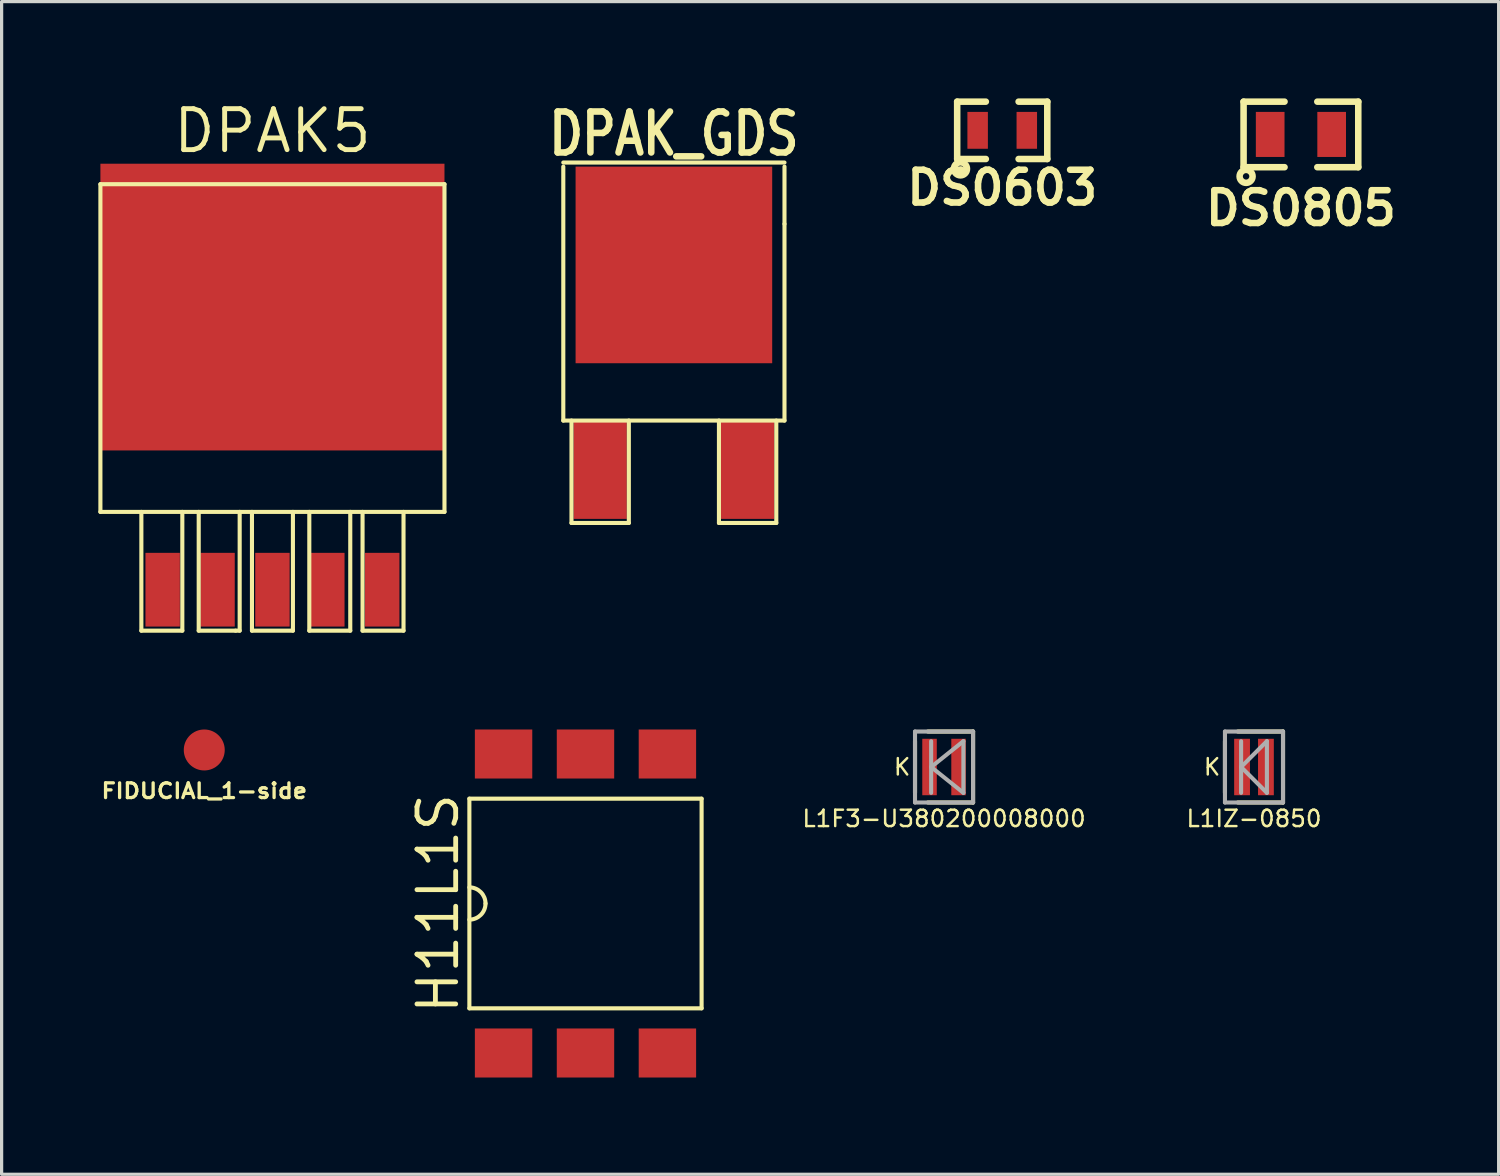
<source format=kicad_pcb>
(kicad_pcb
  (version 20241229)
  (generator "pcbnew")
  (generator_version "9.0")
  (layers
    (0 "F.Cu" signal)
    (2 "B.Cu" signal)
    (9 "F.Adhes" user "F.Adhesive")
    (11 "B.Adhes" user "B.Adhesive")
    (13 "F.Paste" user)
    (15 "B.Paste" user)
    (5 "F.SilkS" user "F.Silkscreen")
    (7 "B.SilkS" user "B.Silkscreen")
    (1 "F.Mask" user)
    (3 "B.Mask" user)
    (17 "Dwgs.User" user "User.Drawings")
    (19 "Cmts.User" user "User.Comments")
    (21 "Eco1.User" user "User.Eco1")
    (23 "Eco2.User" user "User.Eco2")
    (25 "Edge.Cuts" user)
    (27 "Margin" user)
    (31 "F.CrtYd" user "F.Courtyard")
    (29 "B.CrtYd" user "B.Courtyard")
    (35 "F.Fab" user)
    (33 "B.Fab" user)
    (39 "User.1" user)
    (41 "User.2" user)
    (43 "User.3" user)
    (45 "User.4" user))
  (footprint "H11L1S"
    (layer "F.Cu")
    (at 15.103 24.963)
    (property "Reference" "H11L1S" (at -4.572 0 270) (layer "F.SilkS") (effects (font (size 1.2 1.2) (thickness 0.15))))
    (attr through_hole)
    (fp_line (start -3.6 -3.25) (end -3.6 3.25) (stroke (width 0.127) (type solid)) (layer "F.SilkS"))
    (fp_line (start -3.6 -3.25) (end 3.6 -3.25) (stroke (width 0.127) (type solid)) (layer "F.SilkS"))
    (fp_line (start 3.6 -3.25) (end 3.6 3.25) (stroke (width 0.127) (type solid)) (layer "F.SilkS"))
    (fp_line (start 3.6 3.25) (end -3.6 3.25) (stroke (width 0.127) (type solid)) (layer "F.SilkS"))
    (fp_arc (start -3.6 -0.5) (mid -3.246447 -0.353553) (end -3.1 0) (stroke (width 0.127) (type solid)) (layer "F.SilkS"))
    (fp_arc (start -3.1 0) (mid -3.246447 0.353553) (end -3.6 0.5) (stroke (width 0.127) (type solid)) (layer "F.SilkS"))
    (pad "1" smd rect (at -2.54 4.635) (size 1.78 1.52) (layers "F.Cu" "F.Mask" "F.Paste"))
    (pad "2" smd rect (at 0 4.635) (size 1.78 1.52) (layers "F.Cu" "F.Mask" "F.Paste"))
    (pad "3" smd rect (at 2.54 4.635) (size 1.78 1.52) (layers "F.Cu" "F.Mask" "F.Paste"))
    (pad "4" smd rect (at 2.54 -4.635) (size 1.78 1.52) (layers "F.Cu" "F.Mask" "F.Paste"))
    (pad "5" smd rect (at 0 -4.635) (size 1.78 1.52) (layers "F.Cu" "F.Mask" "F.Paste"))
    (pad "6" smd rect (at -2.54 -4.635) (size 1.78 1.52) (layers "F.Cu" "F.Mask" "F.Paste")))
  (footprint "FIDUCIAL_1-side"
    (layer "F.Cu")
    (at 3.283 20.203)
    (property "Reference" "FIDUCIAL_1-side" (at 0 1.27 0) (layer "F.SilkS") (effects (font (size 0.457 0.508) (thickness 0.102))))
    (attr through_hole)
    (pad "1" smd circle (at 0 0 270) (size 1.27 1.27) (layers "F.Cu" "F.Mask")))
  (footprint "DS0805"
    (layer "F.Cu")
    (at 37.285 1.118)
    (property "Reference" "DS0805" (at 0 2.286 0) (layer "F.SilkS") (effects (font (size 1.016 1.016) (thickness 0.203))))
    (attr smd)
    (fp_line (start -1.778 -1.016) (end -1.778 1.016) (stroke (width 0.203) (type solid)) (layer "F.SilkS"))
    (fp_line (start -1.778 1.016) (end -0.508 1.016) (stroke (width 0.203) (type solid)) (layer "F.SilkS"))
    (fp_line (start -0.508 -1.016) (end -1.778 -1.016) (stroke (width 0.203) (type solid)) (layer "F.SilkS"))
    (fp_line (start 0.508 -1.016) (end 1.778 -1.016) (stroke (width 0.203) (type solid)) (layer "F.SilkS"))
    (fp_line (start 1.778 -1.016) (end 1.778 1.016) (stroke (width 0.203) (type solid)) (layer "F.SilkS"))
    (fp_line (start 1.778 1.016) (end 0.508 1.016) (stroke (width 0.203) (type solid)) (layer "F.SilkS"))
    (fp_circle (center -1.7 1.3) (end -1.6 1.3) (stroke (width 0.203) (type solid)) (fill no) (layer "F.SilkS"))
    (pad "A" smd rect (at 0.953 0) (size 0.889 1.397) (layers "F.Cu" "F.Mask" "F.Paste"))
    (pad "K" smd rect (at -0.953 0) (size 0.889 1.397) (layers "F.Cu" "F.Mask" "F.Paste")))
  (footprint "L1F3-U380200008000"
    (layer "F.Cu")
    (at 26.22 20.731)
    (property "Reference" "L1F3-U380200008000" (at 0 1.6 0) (layer "F.SilkS") (effects (font (size 0.508 0.508) (thickness 0.076))))
    (attr smd)
    (fp_line (start -0.9 -0.8) (end -0.9 0.8) (stroke (width 0.127) (type solid)) (layer "F.SilkS"))
    (fp_line (start -0.5 -1.1) (end 0.9 -1.1) (stroke (width 0.127) (type solid)) (layer "F.SilkS"))
    (fp_line (start -0.5 1.1) (end 0.9 1.1) (stroke (width 0.127) (type solid)) (layer "F.SilkS"))
    (fp_line (start 0.9 -1.1) (end 0.9 1.1) (stroke (width 0.127) (type solid)) (layer "F.SilkS"))
    (fp_line (start -0.9 -1.1) (end -0.9 1.1) (stroke (width 0.127) (type solid)) (layer "F.Fab"))
    (fp_line (start -0.9 -1.1) (end 0.9 -1.1) (stroke (width 0.127) (type solid)) (layer "F.Fab"))
    (fp_line (start -0.9 1.1) (end 0.9 1.1) (stroke (width 0.127) (type solid)) (layer "F.Fab"))
    (fp_line (start -0.4 -0.8) (end -0.4 0.8) (stroke (width 0.127) (type solid)) (layer "F.Fab"))
    (fp_line (start -0.4 0) (end 0.6 -0.8) (stroke (width 0.127) (type solid)) (layer "F.Fab"))
    (fp_line (start 0.6 -0.8) (end 0.6 0.8) (stroke (width 0.127) (type solid)) (layer "F.Fab"))
    (fp_line (start 0.6 0.8) (end -0.4 0) (stroke (width 0.127) (type solid)) (layer "F.Fab"))
    (fp_line (start 0.9 -1.1) (end 0.9 1.1) (stroke (width 0.127) (type solid)) (layer "F.Fab"))
    (fp_text user "K" (at -1.3 0 0) (layer "F.SilkS") (effects (font (size 0.508 0.508) (thickness 0.076))))
    (pad "A" smd rect (at 0.45 0) (size 0.45 1.75) (layers "F.Cu" "F.Mask" "F.Paste"))
    (pad "K" smd rect (at -0.45 0) (size 0.45 1.75) (layers "F.Cu" "F.Mask" "F.Paste")))
  (footprint "L1IZ-0850"
    (layer "F.Cu")
    (at 35.83 20.731)
    (property "Reference" "L1IZ-0850" (at 0 1.6 0) (layer "F.SilkS") (effects (font (size 0.508 0.508) (thickness 0.076))))
    (attr smd)
    (fp_line (start -0.9 -0.8) (end -0.9 0.8) (stroke (width 0.127) (type solid)) (layer "F.SilkS"))
    (fp_line (start -0.5 -1.1) (end 0.9 -1.1) (stroke (width 0.127) (type solid)) (layer "F.SilkS"))
    (fp_line (start -0.5 1.1) (end 0.9 1.1) (stroke (width 0.127) (type solid)) (layer "F.SilkS"))
    (fp_line (start 0.9 -1.1) (end 0.9 1.1) (stroke (width 0.127) (type solid)) (layer "F.SilkS"))
    (fp_line (start -0.9 -1.1) (end 0.9 -1.1) (stroke (width 0.127) (type solid)) (layer "F.Fab"))
    (fp_line (start -0.9 1.1) (end -0.9 -1.1) (stroke (width 0.127) (type solid)) (layer "F.Fab"))
    (fp_line (start -0.9 1.1) (end 0.9 1.1) (stroke (width 0.127) (type solid)) (layer "F.Fab"))
    (fp_line (start -0.4 -0.8) (end -0.4 0.8) (stroke (width 0.127) (type solid)) (layer "F.Fab"))
    (fp_line (start -0.4 0) (end 0.4 -0.8) (stroke (width 0.127) (type solid)) (layer "F.Fab"))
    (fp_line (start 0.4 -0.8) (end 0.4 0.8) (stroke (width 0.127) (type solid)) (layer "F.Fab"))
    (fp_line (start 0.4 0.8) (end -0.4 0) (stroke (width 0.127) (type solid)) (layer "F.Fab"))
    (fp_line (start 0.9 -1.1) (end 0.9 1.1) (stroke (width 0.127) (type solid)) (layer "F.Fab"))
    (fp_text user "K" (at -1.3 0 0) (layer "F.SilkS") (effects (font (size 0.508 0.508) (thickness 0.076))))
    (pad "A" smd rect (at 0.37 0) (size 0.49 1.75) (layers "F.Cu" "F.Mask" "F.Paste"))
    (pad "K" smd rect (at -0.37 0) (size 0.49 1.75) (layers "F.Cu" "F.Mask" "F.Paste")))
  (footprint "DPAK5"
    (layer "F.Cu")
    (at 5.397 15.234)
    (property "Reference" "DPAK5" (at 0 -14.224 0) (layer "F.SilkS") (effects (font (size 1.27 1.27) (thickness 0.152))))
    (attr through_hole)
    (fp_line (start -5.334 -12.573) (end -5.334 -2.413) (stroke (width 0.127) (type solid)) (layer "F.SilkS"))
    (fp_line (start -5.334 -2.413) (end 5.334 -2.413) (stroke (width 0.127) (type solid)) (layer "F.SilkS"))
    (fp_line (start -4.064 -2.413) (end -4.064 1.27) (stroke (width 0.127) (type solid)) (layer "F.SilkS"))
    (fp_line (start -4.064 1.27) (end -2.794 1.27) (stroke (width 0.127) (type solid)) (layer "F.SilkS"))
    (fp_line (start -2.794 1.27) (end -2.794 -2.413) (stroke (width 0.127) (type solid)) (layer "F.SilkS"))
    (fp_line (start -2.286 -2.413) (end -2.286 1.27) (stroke (width 0.127) (type solid)) (layer "F.SilkS"))
    (fp_line (start -2.286 1.27) (end -1.143 1.27) (stroke (width 0.127) (type solid)) (layer "F.SilkS"))
    (fp_line (start -1.143 1.27) (end -1.016 1.27) (stroke (width 0.127) (type solid)) (layer "F.SilkS"))
    (fp_line (start -1.016 1.27) (end -1.016 -2.413) (stroke (width 0.127) (type solid)) (layer "F.SilkS"))
    (fp_line (start -0.635 -2.413) (end -0.635 1.27) (stroke (width 0.127) (type solid)) (layer "F.SilkS"))
    (fp_line (start -0.635 1.27) (end 0.635 1.27) (stroke (width 0.127) (type solid)) (layer "F.SilkS"))
    (fp_line (start 0.635 1.27) (end 0.635 -2.413) (stroke (width 0.127) (type solid)) (layer "F.SilkS"))
    (fp_line (start 1.143 -2.413) (end 1.143 1.27) (stroke (width 0.127) (type solid)) (layer "F.SilkS"))
    (fp_line (start 1.143 1.27) (end 2.413 1.27) (stroke (width 0.127) (type solid)) (layer "F.SilkS"))
    (fp_line (start 2.413 1.27) (end 2.413 -2.413) (stroke (width 0.127) (type solid)) (layer "F.SilkS"))
    (fp_line (start 2.794 -2.413) (end 2.794 1.27) (stroke (width 0.127) (type solid)) (layer "F.SilkS"))
    (fp_line (start 2.794 1.27) (end 4.064 1.27) (stroke (width 0.127) (type solid)) (layer "F.SilkS"))
    (fp_line (start 4.064 1.27) (end 4.064 -2.413) (stroke (width 0.127) (type solid)) (layer "F.SilkS"))
    (fp_line (start 5.334 -12.573) (end -5.334 -12.573) (stroke (width 0.127) (type solid)) (layer "F.SilkS"))
    (fp_line (start 5.334 -2.413) (end 5.334 -12.573) (stroke (width 0.127) (type solid)) (layer "F.SilkS"))
    (pad "1" smd rect (at -3.404 0) (size 1.067 2.286) (layers "F.Cu" "F.Mask" "F.Paste"))
    (pad "2" smd rect (at -1.702 0) (size 1.067 2.286) (layers "F.Cu" "F.Mask" "F.Paste"))
    (pad "3" smd rect (at 0 -8.763) (size 10.668 8.89) (layers "F.Cu" "F.Mask" "F.Paste"))
    (pad "3" smd rect (at 0 0) (size 1.067 2.286) (layers "F.Cu" "F.Mask" "F.Paste"))
    (pad "4" smd rect (at 1.702 0) (size 1.067 2.286) (layers "F.Cu" "F.Mask" "F.Paste"))
    (pad "5" smd rect (at 3.404 0) (size 1.067 2.286) (layers "F.Cu" "F.Mask" "F.Paste")))
  (footprint "DPAK_GDS"
    (layer "F.Cu")
    (at 17.844 11.514)
    (property "Reference" "DPAK_GDS" (at 0 -10.414 0) (layer "F.SilkS") (effects (font (size 1.27 1.016) (thickness 0.203))))
    (attr smd)
    (fp_line (start -3.429 -9.525) (end 3.429 -9.525) (stroke (width 0.127) (type solid)) (layer "F.SilkS"))
    (fp_line (start -3.429 -1.524) (end -3.429 -9.398) (stroke (width 0.127) (type solid)) (layer "F.SilkS"))
    (fp_line (start -3.175 -1.524) (end -3.175 1.651) (stroke (width 0.127) (type solid)) (layer "F.SilkS"))
    (fp_line (start -3.175 1.651) (end -1.397 1.651) (stroke (width 0.127) (type solid)) (layer "F.SilkS"))
    (fp_line (start -1.397 1.651) (end -1.397 -1.524) (stroke (width 0.127) (type solid)) (layer "F.SilkS"))
    (fp_line (start 1.397 -1.524) (end 1.397 1.651) (stroke (width 0.127) (type solid)) (layer "F.SilkS"))
    (fp_line (start 1.397 1.651) (end 3.175 1.651) (stroke (width 0.127) (type solid)) (layer "F.SilkS"))
    (fp_line (start 3.175 1.651) (end 3.175 -1.524) (stroke (width 0.127) (type solid)) (layer "F.SilkS"))
    (fp_line (start 3.429 -9.398) (end 3.429 -7.62) (stroke (width 0.127) (type solid)) (layer "F.SilkS"))
    (fp_line (start 3.429 -7.62) (end 3.429 -1.524) (stroke (width 0.127) (type solid)) (layer "F.SilkS"))
    (fp_line (start 3.429 -1.524) (end -3.429 -1.524) (stroke (width 0.127) (type solid)) (layer "F.SilkS"))
    (pad "D" smd rect (at 0 -6.35) (size 6.096 6.096) (layers "F.Cu" "F.Mask" "F.Paste"))
    (pad "G" smd rect (at -2.286 0) (size 1.651 3.048) (layers "F.Cu" "F.Mask" "F.Paste"))
    (pad "S" smd rect (at 2.286 0) (size 1.651 3.048) (layers "F.Cu" "F.Mask" "F.Paste")))
  (footprint "DS0603"
    (layer "F.Cu")
    (at 28.024 0.991)
    (property "Reference" "DS0603" (at 0 1.778 0) (layer "F.SilkS") (effects (font (size 1.016 1.016) (thickness 0.203))))
    (attr smd)
    (fp_line (start -1.397 -0.889) (end -1.397 0.889) (stroke (width 0.203) (type solid)) (layer "F.SilkS"))
    (fp_line (start -1.397 0.889) (end -0.508 0.889) (stroke (width 0.203) (type solid)) (layer "F.SilkS"))
    (fp_line (start -0.508 -0.889) (end -1.397 -0.889) (stroke (width 0.203) (type solid)) (layer "F.SilkS"))
    (fp_line (start 0.508 0.889) (end 1.397 0.889) (stroke (width 0.203) (type solid)) (layer "F.SilkS"))
    (fp_line (start 1.397 -0.889) (end 0.508 -0.889) (stroke (width 0.203) (type solid)) (layer "F.SilkS"))
    (fp_line (start 1.397 0.889) (end 1.397 -0.889) (stroke (width 0.203) (type solid)) (layer "F.SilkS"))
    (fp_circle (center -1.295 1.194) (end -1.295 1.295) (stroke (width 0.203) (type solid)) (fill no) (layer "F.SilkS"))
    (pad "A" smd rect (at 0.762 0) (size 0.635 1.143) (layers "F.Cu" "F.Mask" "F.Paste"))
    (pad "K" smd rect (at -0.762 0) (size 0.635 1.143) (layers "F.Cu" "F.Mask" "F.Paste")))
  (gr_rect
    (start -3 -3)
    (end 43.415 33.358)
    (stroke (width 0.1) (type default))
    (fill no)
    (layer "Edge.Cuts")))
</source>
